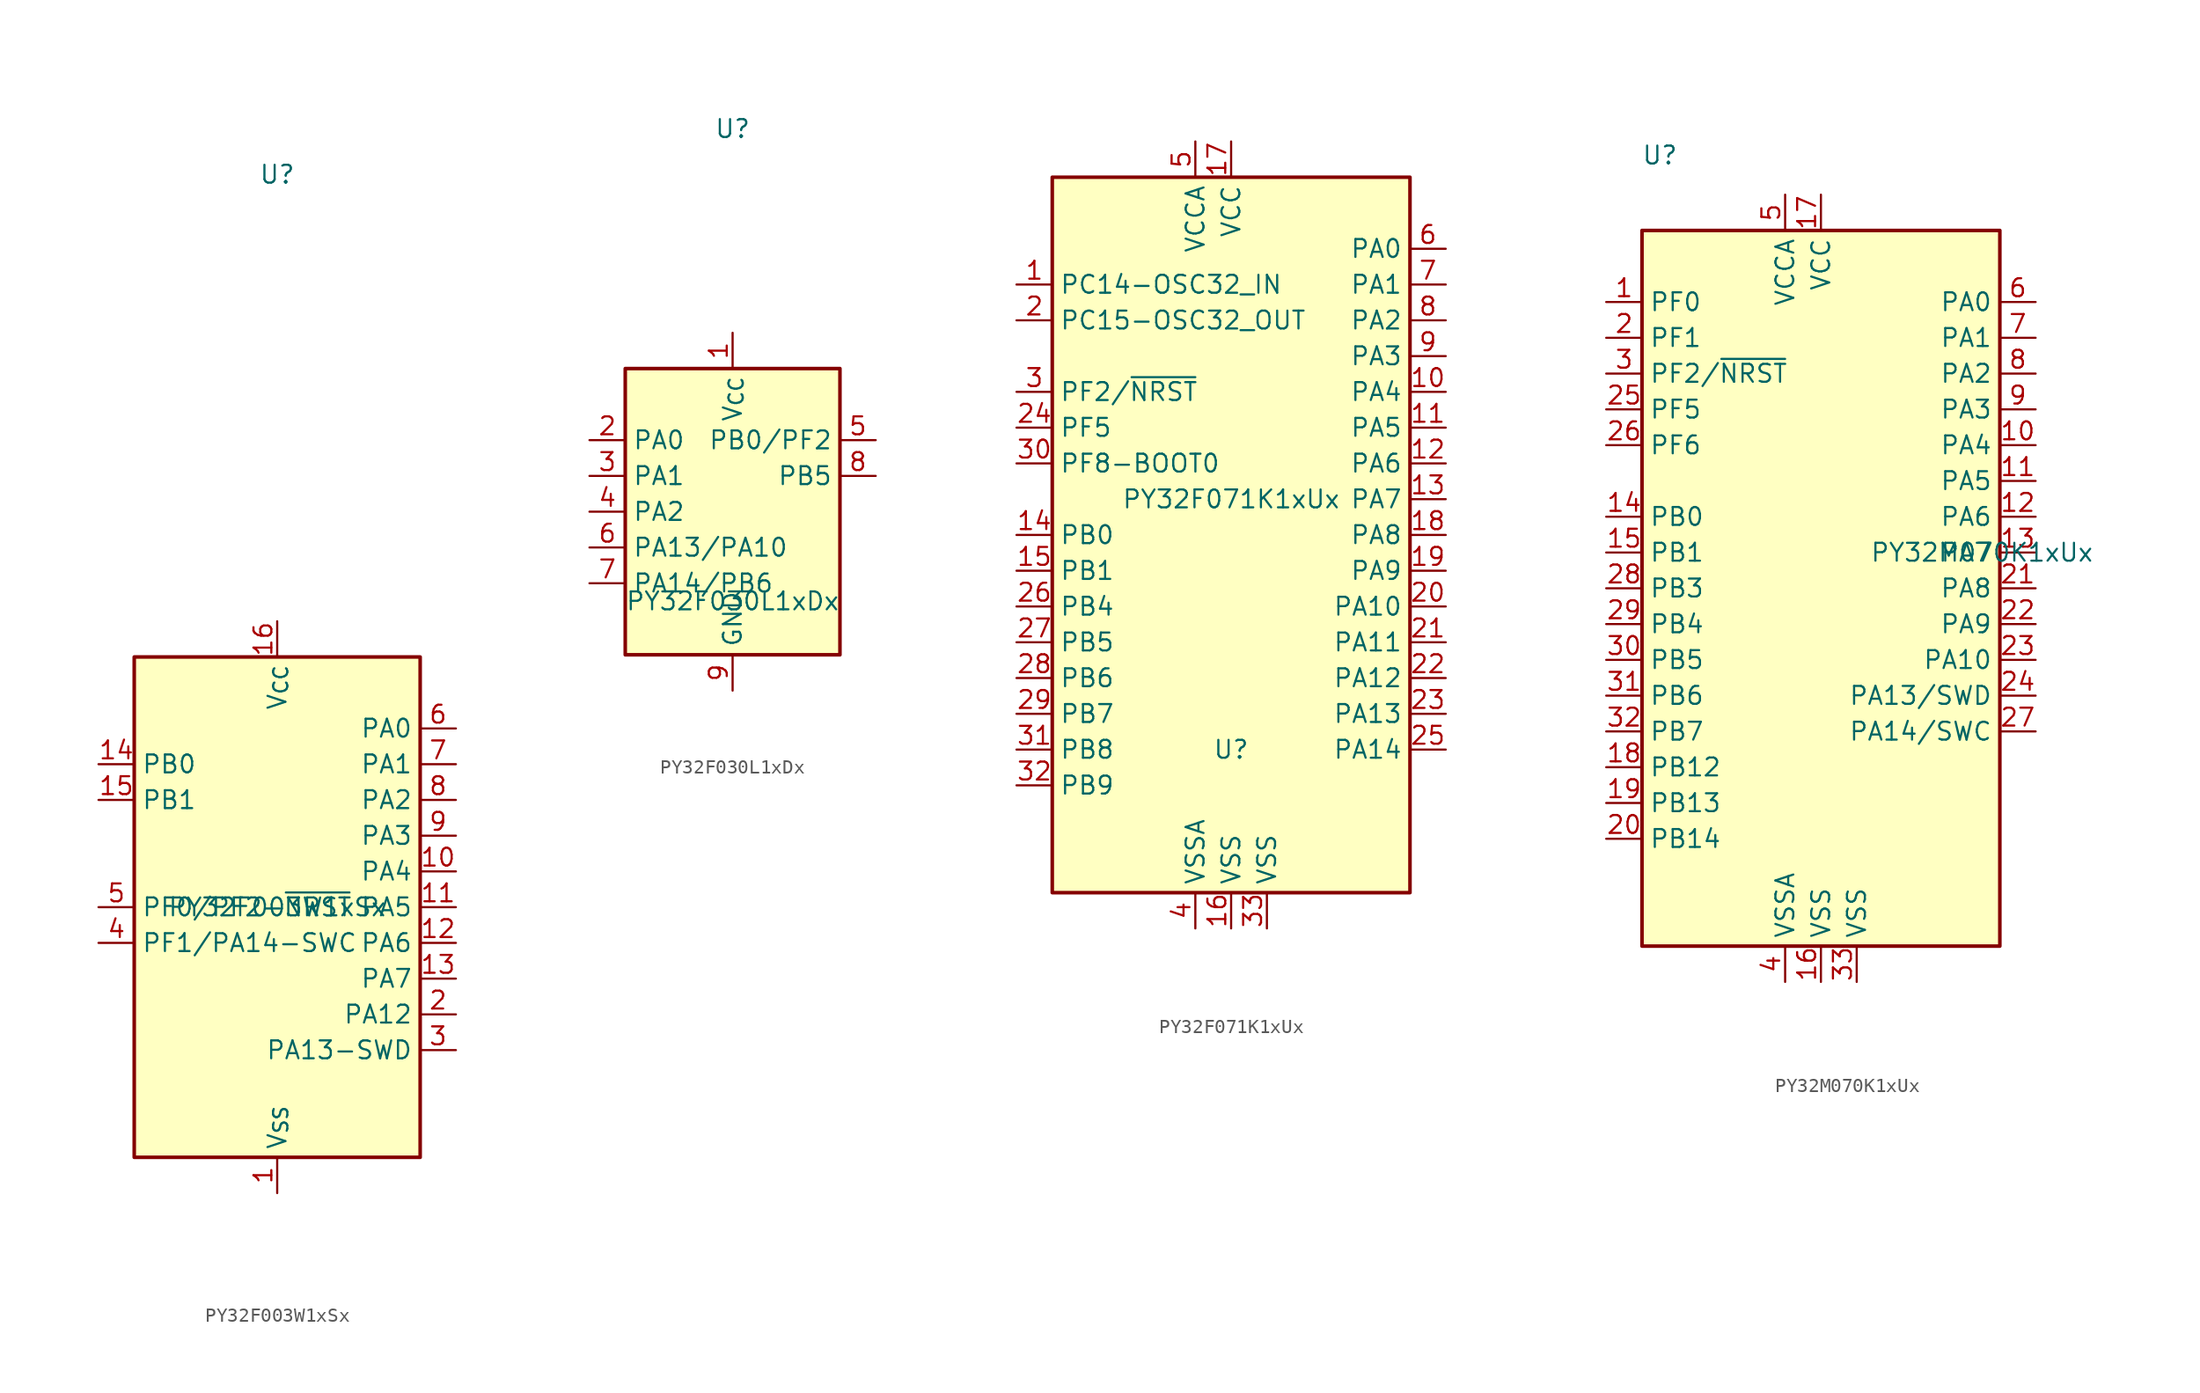
<source format=kicad_sym>
(kicad_symbol_lib
  (version 20231120)
  (generator "kicad_symbol_editor")
  (generator_version "8.0")
  (symbol "PY32F003W1xSx"
    (property "Reference" "U"
      (at 0 52.07 0)
      (effects (font (size 1.27 1.27))))
    (property "Value" "PY32F003W1xSx"
      (at 0 0 0)
      (effects (font (size 1.27 1.27))))
    (symbol "PY32F003W1xSx_1_0"
      (pin bidirectional line (at 12.7 0 180) (length 2.54) (name "PA5" (effects (font (size 1.27 1.27)))) (number "11" (effects (font (size 1.27 1.27)))))
      (pin bidirectional line (at 12.7 -2.54 180) (length 2.54) (name "PA6" (effects (font (size 1.27 1.27)))) (number "12" (effects (font (size 1.27 1.27)))))
      (pin bidirectional line (at 12.7 -5.08 180) (length 2.54) (name "PA7" (effects (font (size 1.27 1.27)))) (number "13" (effects (font (size 1.27 1.27)))))
      (pin bidirectional line (at -12.7 10.16 0) (length 2.54) (name "PB0" (effects (font (size 1.27 1.27)))) (number "14" (effects (font (size 1.27 1.27)))))
      (pin bidirectional line (at -12.7 7.62 0) (length 2.54) (name "PB1" (effects (font (size 1.27 1.27)))) (number "15" (effects (font (size 1.27 1.27)))))
      (pin bidirectional line (at 12.7 -7.62 180) (length 2.54) (name "PA12" (effects (font (size 1.27 1.27)))) (number "2" (effects (font (size 1.27 1.27)))))
      (pin bidirectional line (at 12.7 12.7 180) (length 2.54) (name "PA0" (effects (font (size 1.27 1.27)))) (number "6" (effects (font (size 1.27 1.27)))))
      (pin bidirectional line (at 12.7 10.16 180) (length 2.54) (name "PA1" (effects (font (size 1.27 1.27)))) (number "7" (effects (font (size 1.27 1.27)))))
      (pin bidirectional line (at 12.7 7.62 180) (length 2.54) (name "PA2" (effects (font (size 1.27 1.27)))) (number "8" (effects (font (size 1.27 1.27))))))
    (symbol "PY32F003W1xSx_1_1"
      (rectangle (start -10.16 17.78) (end 10.16 -17.78) (stroke (width 0.254) (type default)) (fill (type background)))
      (pin power_in line (at 0 -20.32 90) (length 2.54) (name "V_{SS}" (effects (font (size 1.27 1.27)))) (number "1" (effects (font (size 1.27 1.27)))))
      (pin bidirectional line (at 12.7 2.54 180) (length 2.54) (name "PA4" (effects (font (size 1.27 1.27)))) (number "10" (effects (font (size 1.27 1.27)))))
      (pin power_in line (at 0 20.32 270) (length 2.54) (name "V_{CC}" (effects (font (size 1.27 1.27)))) (number "16" (effects (font (size 1.27 1.27)))))
      (pin bidirectional line (at 12.7 -10.16 180) (length 2.54) (name "PA13-SWD" (effects (font (size 1.27 1.27)))) (number "3" (effects (font (size 1.27 1.27)))))
      (pin bidirectional line (at -12.7 -2.54 0) (length 2.54) (name "PF1/PA14-SWC" (effects (font (size 1.27 1.27)))) (number "4" (effects (font (size 1.27 1.27)))))
      (pin bidirectional line (at -12.7 0 0) (length 2.54) (name "PF0/PF2-~{NRST}" (effects (font (size 1.27 1.27)))) (number "5" (effects (font (size 1.27 1.27)))))
      (pin bidirectional line (at 12.7 5.08 180) (length 2.54) (name "PA3" (effects (font (size 1.27 1.27)))) (number "9" (effects (font (size 1.27 1.27)))))))
  (symbol "PY32F030L1xDx"
    (property "Reference" "U"
      (at 0 27.178 0)
      (effects (font (size 1.27 1.27))))
    (property "Value" "PY32F030L1xDx"
      (at 0 -6.35 0)
      (effects (font (size 1.27 1.27))))
    (symbol "PY32F030L1xDx_0_0"
      (pin power_in line (at 0 12.7 270) (length 2.54) (name "V_{CC}" (effects (font (size 1.27 1.27)))) (number "1" (effects (font (size 1.27 1.27)))))
      (pin bidirectional line (at -10.16 5.08 0) (length 2.54) (name "PA0" (effects (font (size 1.27 1.27)))) (number "2" (effects (font (size 1.27 1.27)))))
      (pin bidirectional line (at -10.16 2.54 0) (length 2.54) (name "PA1" (effects (font (size 1.27 1.27)))) (number "3" (effects (font (size 1.27 1.27)))))
      (pin bidirectional line (at -10.16 0 0) (length 2.54) (name "PA2" (effects (font (size 1.27 1.27)))) (number "4" (effects (font (size 1.27 1.27)))))
      (pin bidirectional line (at 10.16 5.08 180) (length 2.54) (name "PB0/PF2" (effects (font (size 1.27 1.27)))) (number "5" (effects (font (size 1.27 1.27)))))
      (pin bidirectional line (at -10.16 -2.54 0) (length 2.54) (name "PA13/PA10" (effects (font (size 1.27 1.27)))) (number "6" (effects (font (size 1.27 1.27)))))
      (pin bidirectional line (at -10.16 -5.08 0) (length 2.54) (name "PA14/PB6" (effects (font (size 1.27 1.27)))) (number "7" (effects (font (size 1.27 1.27)))))
      (pin bidirectional line (at 10.16 2.54 180) (length 2.54) (name "PB5" (effects (font (size 1.27 1.27)))) (number "8" (effects (font (size 1.27 1.27)))))
      (pin power_in line (at 0 -12.7 90) (length 2.54) (name "GND" (effects (font (size 1.27 1.27)))) (number "9" (effects (font (size 1.27 1.27))))))
    (symbol "PY32F030L1xDx_1_1"
      (rectangle (start -7.62 10.16) (end 7.62 -10.16) (stroke (width 0.254) (type default)) (fill (type background)))))
  (symbol "PY32F071K1xUx"
    (property "Reference" "U"
      (at 0 -15.24 0)
      (effects (font (size 1.27 1.27))))
    (property "Value" "PY32F071K1xUx"
      (at 0 2.54 0)
      (effects (font (size 1.27 1.27))))
    (symbol "PY32F071K1xUx_1_1"
      (rectangle (start -12.7 25.4) (end 12.7 -25.4) (stroke (width 0.254) (type default)) (fill (type background)))
      (pin bidirectional line (at -15.24 17.78 0) (length 2.54) (name "PC14-OSC32_IN" (effects (font (size 1.27 1.27)))) (number "1" (effects (font (size 1.27 1.27)))))
      (pin bidirectional line (at 15.24 10.16 180) (length 2.54) (name "PA4" (effects (font (size 1.27 1.27)))) (number "10" (effects (font (size 1.27 1.27)))))
      (pin bidirectional line (at 15.24 7.62 180) (length 2.54) (name "PA5" (effects (font (size 1.27 1.27)))) (number "11" (effects (font (size 1.27 1.27)))))
      (pin bidirectional line (at 15.24 5.08 180) (length 2.54) (name "PA6" (effects (font (size 1.27 1.27)))) (number "12" (effects (font (size 1.27 1.27)))))
      (pin bidirectional line (at 15.24 2.54 180) (length 2.54) (name "PA7" (effects (font (size 1.27 1.27)))) (number "13" (effects (font (size 1.27 1.27)))))
      (pin bidirectional line (at -15.24 0 0) (length 2.54) (name "PB0" (effects (font (size 1.27 1.27)))) (number "14" (effects (font (size 1.27 1.27)))))
      (pin bidirectional line (at -15.24 -2.54 0) (length 2.54) (name "PB1" (effects (font (size 1.27 1.27)))) (number "15" (effects (font (size 1.27 1.27)))))
      (pin power_in line (at 0 -27.94 90) (length 2.54) (name "VSS" (effects (font (size 1.27 1.27)))) (number "16" (effects (font (size 1.27 1.27)))))
      (pin power_in line (at 0 27.94 270) (length 2.54) (name "VCC" (effects (font (size 1.27 1.27)))) (number "17" (effects (font (size 1.27 1.27)))))
      (pin bidirectional line (at 15.24 0 180) (length 2.54) (name "PA8" (effects (font (size 1.27 1.27)))) (number "18" (effects (font (size 1.27 1.27)))))
      (pin bidirectional line (at 15.24 -2.54 180) (length 2.54) (name "PA9" (effects (font (size 1.27 1.27)))) (number "19" (effects (font (size 1.27 1.27)))))
      (pin bidirectional line (at -15.24 15.24 0) (length 2.54) (name "PC15-OSC32_OUT" (effects (font (size 1.27 1.27)))) (number "2" (effects (font (size 1.27 1.27)))))
      (pin bidirectional line (at 15.24 -5.08 180) (length 2.54) (name "PA10" (effects (font (size 1.27 1.27)))) (number "20" (effects (font (size 1.27 1.27)))))
      (pin bidirectional line (at 15.24 -7.62 180) (length 2.54) (name "PA11" (effects (font (size 1.27 1.27)))) (number "21" (effects (font (size 1.27 1.27)))))
      (pin bidirectional line (at 15.24 -10.16 180) (length 2.54) (name "PA12" (effects (font (size 1.27 1.27)))) (number "22" (effects (font (size 1.27 1.27)))))
      (pin bidirectional line (at 15.24 -12.7 180) (length 2.54) (name "PA13" (effects (font (size 1.27 1.27)))) (number "23" (effects (font (size 1.27 1.27)))))
      (pin bidirectional line (at -15.24 7.62 0) (length 2.54) (name "PF5" (effects (font (size 1.27 1.27)))) (number "24" (effects (font (size 1.27 1.27)))))
      (pin bidirectional line (at 15.24 -15.24 180) (length 2.54) (name "PA14" (effects (font (size 1.27 1.27)))) (number "25" (effects (font (size 1.27 1.27)))))
      (pin bidirectional line (at -15.24 -5.08 0) (length 2.54) (name "PB4" (effects (font (size 1.27 1.27)))) (number "26" (effects (font (size 1.27 1.27)))))
      (pin bidirectional line (at -15.24 -7.62 0) (length 2.54) (name "PB5" (effects (font (size 1.27 1.27)))) (number "27" (effects (font (size 1.27 1.27)))))
      (pin bidirectional line (at -15.24 -10.16 0) (length 2.54) (name "PB6" (effects (font (size 1.27 1.27)))) (number "28" (effects (font (size 1.27 1.27)))))
      (pin bidirectional line (at -15.24 -12.7 0) (length 2.54) (name "PB7" (effects (font (size 1.27 1.27)))) (number "29" (effects (font (size 1.27 1.27)))))
      (pin bidirectional line (at -15.24 10.16 0) (length 2.54) (name "PF2/~{NRST}" (effects (font (size 1.27 1.27)))) (number "3" (effects (font (size 1.27 1.27)))))
      (pin bidirectional line (at -15.24 5.08 0) (length 2.54) (name "PF8-BOOT0" (effects (font (size 1.27 1.27)))) (number "30" (effects (font (size 1.27 1.27)))))
      (pin bidirectional line (at -15.24 -15.24 0) (length 2.54) (name "PB8" (effects (font (size 1.27 1.27)))) (number "31" (effects (font (size 1.27 1.27)))))
      (pin bidirectional line (at -15.24 -17.78 0) (length 2.54) (name "PB9" (effects (font (size 1.27 1.27)))) (number "32" (effects (font (size 1.27 1.27)))))
      (pin power_in line (at 2.54 -27.94 90) (length 2.54) (name "VSS" (effects (font (size 1.27 1.27)))) (number "33" (effects (font (size 1.27 1.27)))))
      (pin power_in line (at -2.54 -27.94 90) (length 2.54) (name "VSSA" (effects (font (size 1.27 1.27)))) (number "4" (effects (font (size 1.27 1.27)))))
      (pin power_in line (at -2.54 27.94 270) (length 2.54) (name "VCCA" (effects (font (size 1.27 1.27)))) (number "5" (effects (font (size 1.27 1.27)))))
      (pin bidirectional line (at 15.24 20.32 180) (length 2.54) (name "PA0" (effects (font (size 1.27 1.27)))) (number "6" (effects (font (size 1.27 1.27)))))
      (pin bidirectional line (at 15.24 17.78 180) (length 2.54) (name "PA1" (effects (font (size 1.27 1.27)))) (number "7" (effects (font (size 1.27 1.27)))))
      (pin bidirectional line (at 15.24 15.24 180) (length 2.54) (name "PA2" (effects (font (size 1.27 1.27)))) (number "8" (effects (font (size 1.27 1.27)))))
      (pin bidirectional line (at 15.24 12.7 180) (length 2.54) (name "PA3" (effects (font (size 1.27 1.27)))) (number "9" (effects (font (size 1.27 1.27)))))))
  (symbol "PY32M070K1xUx"
    (property "Reference" "U"
      (at -11.43 30.734 0)
      (effects (font (size 1.27 1.27))))
    (property "Value" "PY32M070K1xUx"
      (at 11.43 2.54 0)
      (effects (font (size 1.27 1.27))))
    (symbol "PY32M070K1xUx_1_1"
      (rectangle (start -12.7 25.4) (end 12.7 -25.4) (stroke (width 0.254) (type default)) (fill (type background)))
      (pin bidirectional line (at -15.24 20.32 0) (length 2.54) (name "PF0" (effects (font (size 1.27 1.27)))) (number "1" (effects (font (size 1.27 1.27)))))
      (pin bidirectional line (at 15.24 10.16 180) (length 2.54) (name "PA4" (effects (font (size 1.27 1.27)))) (number "10" (effects (font (size 1.27 1.27)))))
      (pin bidirectional line (at 15.24 7.62 180) (length 2.54) (name "PA5" (effects (font (size 1.27 1.27)))) (number "11" (effects (font (size 1.27 1.27)))))
      (pin bidirectional line (at 15.24 5.08 180) (length 2.54) (name "PA6" (effects (font (size 1.27 1.27)))) (number "12" (effects (font (size 1.27 1.27)))))
      (pin bidirectional line (at 15.24 2.54 180) (length 2.54) (name "PA7" (effects (font (size 1.27 1.27)))) (number "13" (effects (font (size 1.27 1.27)))))
      (pin bidirectional line (at -15.24 5.08 0) (length 2.54) (name "PB0" (effects (font (size 1.27 1.27)))) (number "14" (effects (font (size 1.27 1.27)))))
      (pin bidirectional line (at -15.24 2.54 0) (length 2.54) (name "PB1" (effects (font (size 1.27 1.27)))) (number "15" (effects (font (size 1.27 1.27)))))
      (pin power_in line (at 0 -27.94 90) (length 2.54) (name "VSS" (effects (font (size 1.27 1.27)))) (number "16" (effects (font (size 1.27 1.27)))))
      (pin power_in line (at 0 27.94 270) (length 2.54) (name "VCC" (effects (font (size 1.27 1.27)))) (number "17" (effects (font (size 1.27 1.27)))))
      (pin bidirectional line (at -15.24 -12.7 0) (length 2.54) (name "PB12" (effects (font (size 1.27 1.27)))) (number "18" (effects (font (size 1.27 1.27)))))
      (pin bidirectional line (at -15.24 -15.24 0) (length 2.54) (name "PB13" (effects (font (size 1.27 1.27)))) (number "19" (effects (font (size 1.27 1.27)))))
      (pin bidirectional line (at -15.24 17.78 0) (length 2.54) (name "PF1" (effects (font (size 1.27 1.27)))) (number "2" (effects (font (size 1.27 1.27)))))
      (pin bidirectional line (at -15.24 -17.78 0) (length 2.54) (name "PB14" (effects (font (size 1.27 1.27)))) (number "20" (effects (font (size 1.27 1.27)))))
      (pin bidirectional line (at 15.24 0 180) (length 2.54) (name "PA8" (effects (font (size 1.27 1.27)))) (number "21" (effects (font (size 1.27 1.27)))))
      (pin bidirectional line (at 15.24 -2.54 180) (length 2.54) (name "PA9" (effects (font (size 1.27 1.27)))) (number "22" (effects (font (size 1.27 1.27)))))
      (pin bidirectional line (at 15.24 -5.08 180) (length 2.54) (name "PA10" (effects (font (size 1.27 1.27)))) (number "23" (effects (font (size 1.27 1.27)))))
      (pin bidirectional line (at 15.24 -7.62 180) (length 2.54) (name "PA13/SWD" (effects (font (size 1.27 1.27)))) (number "24" (effects (font (size 1.27 1.27)))))
      (pin bidirectional line (at -15.24 12.7 0) (length 2.54) (name "PF5" (effects (font (size 1.27 1.27)))) (number "25" (effects (font (size 1.27 1.27)))))
      (pin bidirectional line (at -15.24 10.16 0) (length 2.54) (name "PF6" (effects (font (size 1.27 1.27)))) (number "26" (effects (font (size 1.27 1.27)))))
      (pin bidirectional line (at 15.24 -10.16 180) (length 2.54) (name "PA14/SWC" (effects (font (size 1.27 1.27)))) (number "27" (effects (font (size 1.27 1.27)))))
      (pin bidirectional line (at -15.24 0 0) (length 2.54) (name "PB3" (effects (font (size 1.27 1.27)))) (number "28" (effects (font (size 1.27 1.27)))))
      (pin bidirectional line (at -15.24 -2.54 0) (length 2.54) (name "PB4" (effects (font (size 1.27 1.27)))) (number "29" (effects (font (size 1.27 1.27)))))
      (pin bidirectional line (at -15.24 15.24 0) (length 2.54) (name "PF2/~{NRST}" (effects (font (size 1.27 1.27)))) (number "3" (effects (font (size 1.27 1.27)))))
      (pin bidirectional line (at -15.24 -5.08 0) (length 2.54) (name "PB5" (effects (font (size 1.27 1.27)))) (number "30" (effects (font (size 1.27 1.27)))))
      (pin bidirectional line (at -15.24 -7.62 0) (length 2.54) (name "PB6" (effects (font (size 1.27 1.27)))) (number "31" (effects (font (size 1.27 1.27)))))
      (pin bidirectional line (at -15.24 -10.16 0) (length 2.54) (name "PB7" (effects (font (size 1.27 1.27)))) (number "32" (effects (font (size 1.27 1.27)))))
      (pin power_in line (at 2.54 -27.94 90) (length 2.54) (name "VSS" (effects (font (size 1.27 1.27)))) (number "33" (effects (font (size 1.27 1.27)))))
      (pin power_in line (at -2.54 -27.94 90) (length 2.54) (name "VSSA" (effects (font (size 1.27 1.27)))) (number "4" (effects (font (size 1.27 1.27)))))
      (pin power_in line (at -2.54 27.94 270) (length 2.54) (name "VCCA" (effects (font (size 1.27 1.27)))) (number "5" (effects (font (size 1.27 1.27)))))
      (pin bidirectional line (at 15.24 20.32 180) (length 2.54) (name "PA0" (effects (font (size 1.27 1.27)))) (number "6" (effects (font (size 1.27 1.27)))))
      (pin bidirectional line (at 15.24 17.78 180) (length 2.54) (name "PA1" (effects (font (size 1.27 1.27)))) (number "7" (effects (font (size 1.27 1.27)))))
      (pin bidirectional line (at 15.24 15.24 180) (length 2.54) (name "PA2" (effects (font (size 1.27 1.27)))) (number "8" (effects (font (size 1.27 1.27)))))
      (pin bidirectional line (at 15.24 12.7 180) (length 2.54) (name "PA3" (effects (font (size 1.27 1.27)))) (number "9" (effects (font (size 1.27 1.27))))))))
</source>
